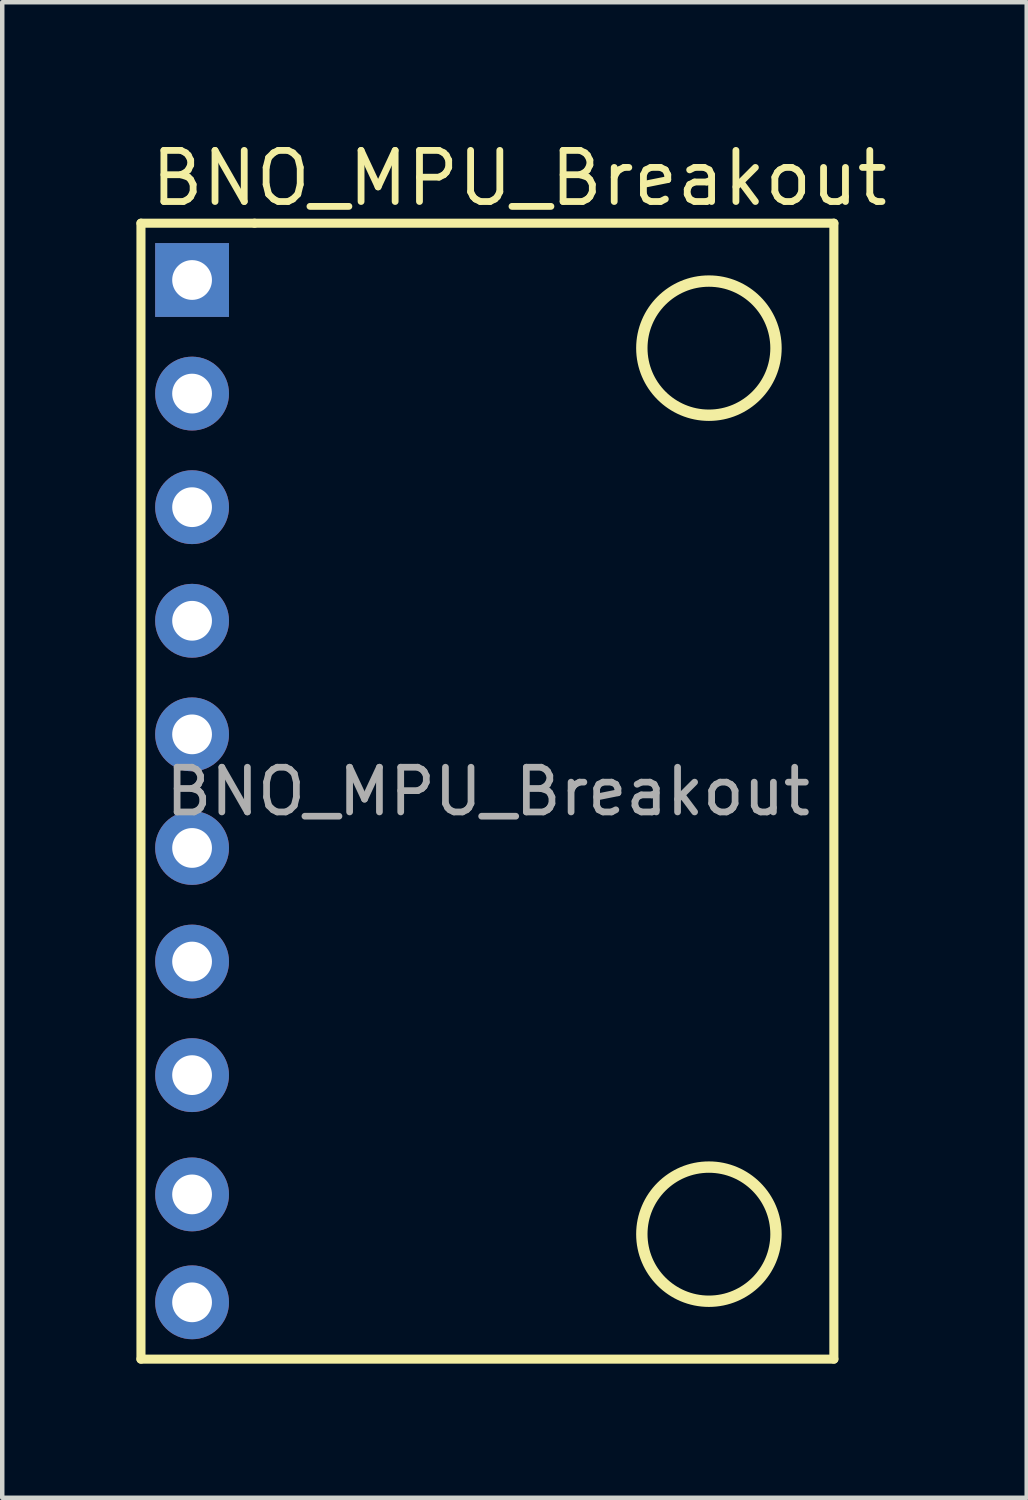
<source format=kicad_pcb>
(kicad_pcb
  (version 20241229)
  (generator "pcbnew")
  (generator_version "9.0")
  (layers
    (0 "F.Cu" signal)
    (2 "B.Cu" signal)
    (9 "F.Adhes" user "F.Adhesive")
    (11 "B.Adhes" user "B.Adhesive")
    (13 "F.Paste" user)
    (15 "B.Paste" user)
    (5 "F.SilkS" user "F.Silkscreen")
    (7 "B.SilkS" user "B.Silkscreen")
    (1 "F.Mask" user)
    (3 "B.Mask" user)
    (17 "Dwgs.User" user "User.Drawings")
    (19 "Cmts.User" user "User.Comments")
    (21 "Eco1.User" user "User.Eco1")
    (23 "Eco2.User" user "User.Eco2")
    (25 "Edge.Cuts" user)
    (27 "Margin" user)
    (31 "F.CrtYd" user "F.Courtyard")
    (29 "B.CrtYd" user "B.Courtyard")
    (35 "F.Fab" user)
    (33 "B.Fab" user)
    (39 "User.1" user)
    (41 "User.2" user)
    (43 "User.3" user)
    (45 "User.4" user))
  (footprint "BNO_MPU_Breakout"
    (layer "F.Cu")
    (at 7.863 14.651)
    (property "Reference" "BNO_MPU_Breakout" (at -7.62 -13.716 0) (layer "F.SilkS") (effects (font (size 1.143 1.143) (thickness 0.152)) (justify left)))
    (attr through_hole)
    (fp_line (start -7.761 -12.71) (end -5.221 -12.71) (stroke (width 0.203) (type solid)) (layer "F.SilkS"))
    (fp_line (start -7.761 12.69) (end -7.761 -12.71) (stroke (width 0.203) (type solid)) (layer "F.SilkS"))
    (fp_line (start -5.221 -12.71) (end 7.733 -12.71) (stroke (width 0.203) (type solid)) (layer "F.SilkS"))
    (fp_line (start 7.733 -12.71) (end 7.733 12.69) (stroke (width 0.203) (type solid)) (layer "F.SilkS"))
    (fp_line (start 7.733 12.69) (end -7.761 12.69) (stroke (width 0.203) (type solid)) (layer "F.SilkS"))
    (fp_circle (center 4.939 -9.916) (end 6.439 -9.916) (stroke (width 0.254) (type solid)) (fill no) (layer "F.SilkS"))
    (fp_circle (center 4.939 9.896) (end 6.439 9.896) (stroke (width 0.254) (type solid)) (fill no) (layer "F.SilkS"))
    (fp_text user "${REFERENCE}" (at 0 0 0) (layer "F.Fab") (effects (font (size 1 1) (thickness 0.15))))
    (pad "" thru_hole circle (at -6.618 -1.28 270) (size 1.651 1.651) (drill 0.889) (layers "*.Cu" "*.Paste" "*.Mask"))
    (pad "" thru_hole circle (at -6.618 1.26 270) (size 1.651 1.651) (drill 0.889) (layers "*.Cu" "*.Paste" "*.Mask"))
    (pad "" thru_hole circle (at -6.618 9.007 270) (size 1.651 1.651) (drill 0.889) (layers "*.Cu" "*.Paste" "*.Mask"))
    (pad "" thru_hole circle (at -6.618 11.42 270) (size 1.651 1.651) (drill 0.889) (layers "*.Cu" "*.Paste" "*.Mask"))
    (pad "1" thru_hole rect (at -6.618 -11.44) (size 1.651 1.651) (drill 0.889) (layers "*.Cu" "*.Paste" "*.Mask"))
    (pad "2" thru_hole circle (at -6.618 -8.9 270) (size 1.651 1.651) (drill 0.889) (layers "*.Cu" "*.Paste" "*.Mask"))
    (pad "3" thru_hole circle (at -6.618 -6.36 270) (size 1.651 1.651) (drill 0.889) (layers "*.Cu" "*.Paste" "*.Mask"))
    (pad "4" thru_hole circle (at -6.618 -3.82 270) (size 1.651 1.651) (drill 0.889) (layers "*.Cu" "*.Paste" "*.Mask"))
    (pad "5" thru_hole circle (at -6.618 3.8 270) (size 1.651 1.651) (drill 0.889) (layers "*.Cu" "*.Paste" "*.Mask"))
    (pad "6" thru_hole circle (at -6.618 6.34 270) (size 1.651 1.651) (drill 0.889) (layers "*.Cu" "*.Paste" "*.Mask")))
  (gr_rect
    (start -3 -3)
    (end 19.908 30.442)
    (stroke (width 0.1) (type default))
    (fill no)
    (layer "Edge.Cuts")))
</source>
